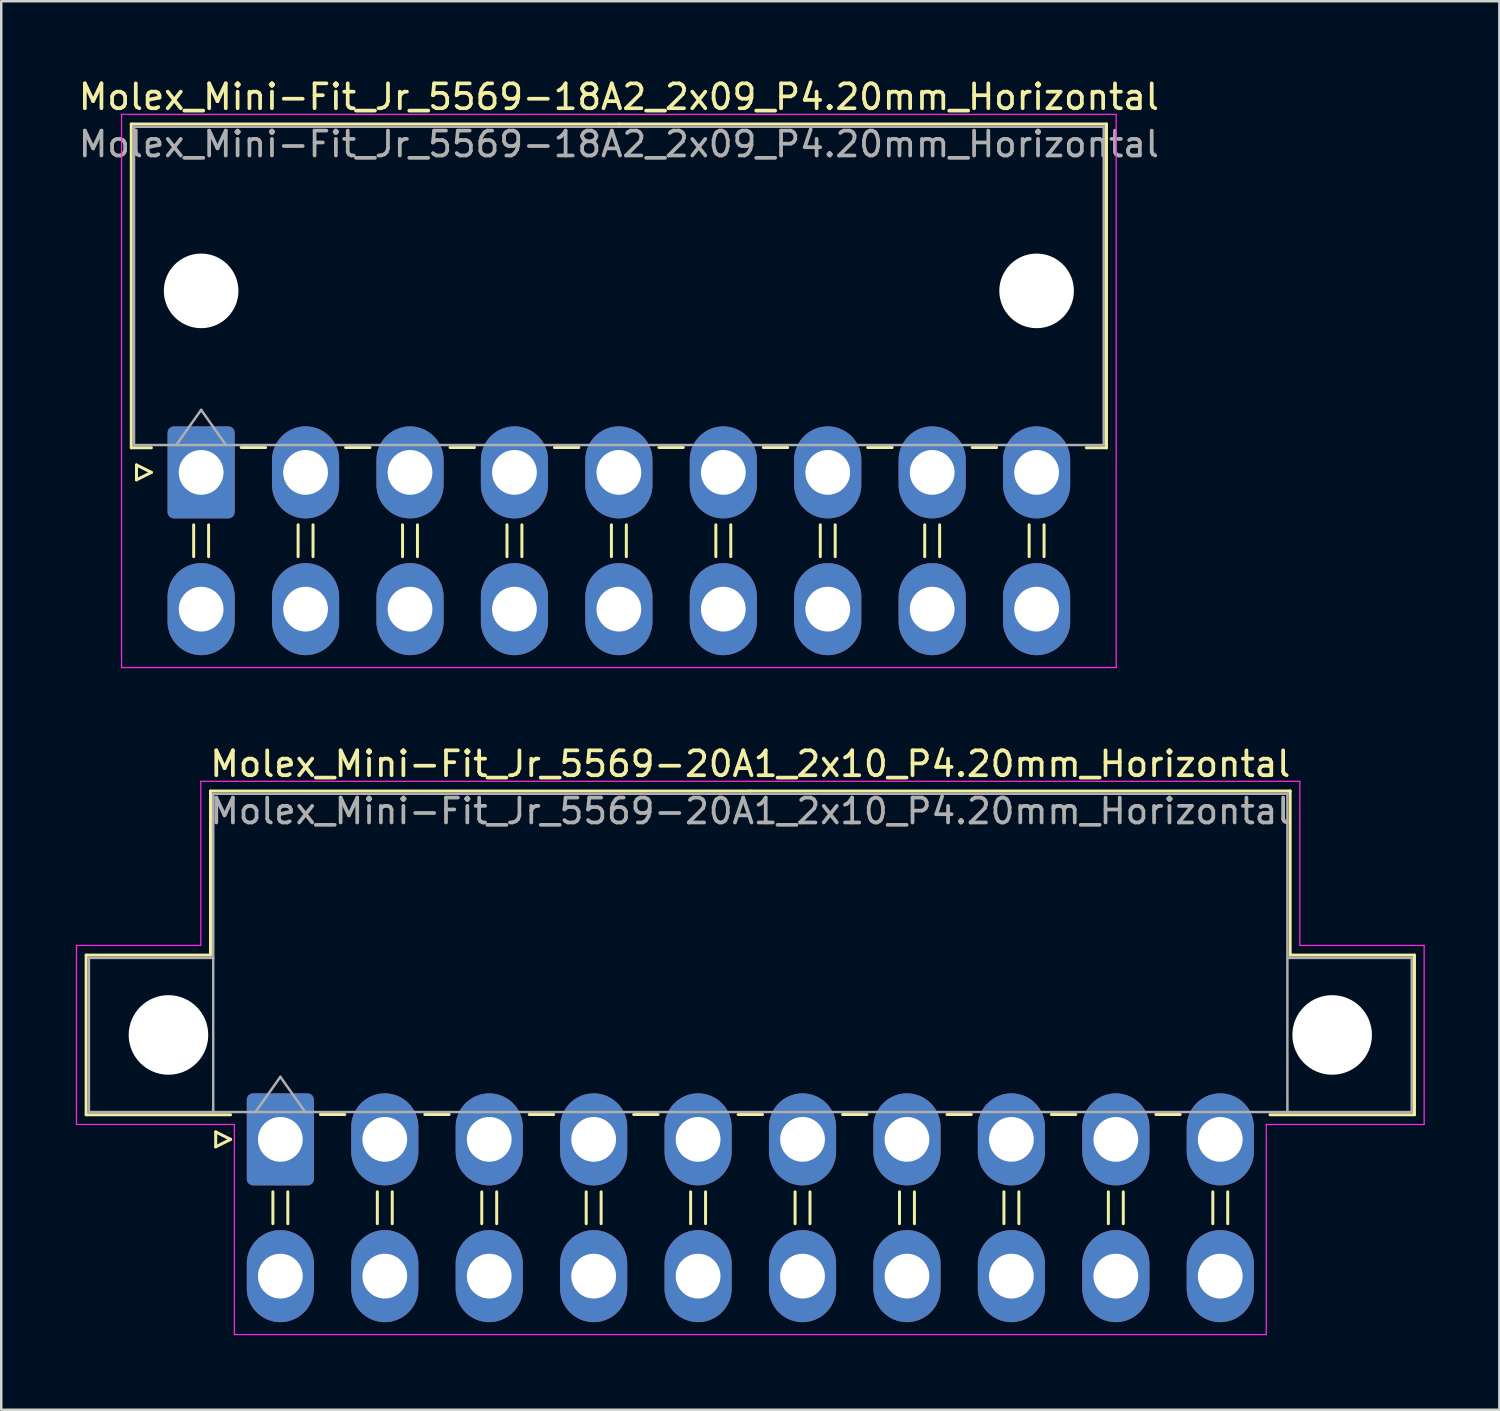
<source format=kicad_pcb>
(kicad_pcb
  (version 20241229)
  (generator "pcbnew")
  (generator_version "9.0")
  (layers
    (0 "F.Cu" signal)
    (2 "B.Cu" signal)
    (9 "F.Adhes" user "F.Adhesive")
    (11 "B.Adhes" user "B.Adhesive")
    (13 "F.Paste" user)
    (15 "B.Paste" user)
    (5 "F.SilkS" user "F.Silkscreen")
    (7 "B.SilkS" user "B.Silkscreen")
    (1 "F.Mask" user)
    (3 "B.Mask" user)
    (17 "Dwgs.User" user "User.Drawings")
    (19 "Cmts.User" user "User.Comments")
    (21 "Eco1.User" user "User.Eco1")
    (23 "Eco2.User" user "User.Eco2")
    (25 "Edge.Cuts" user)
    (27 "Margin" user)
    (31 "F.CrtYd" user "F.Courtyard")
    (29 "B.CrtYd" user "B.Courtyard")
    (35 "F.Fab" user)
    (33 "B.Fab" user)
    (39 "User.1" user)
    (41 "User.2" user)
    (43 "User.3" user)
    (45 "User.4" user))
  (footprint "Molex_Mini-Fit_Jr_5569-20A1_2x10_P4.20mm_Horizontal"
    (layer "F.Cu")
    (at 8.225 42.772)
    (property "Reference" "Molex_Mini-Fit_Jr_5569-20A1_2x10_P4.20mm_Horizontal" (at 18.9 -15.1 0) (layer "F.SilkS") (effects (font (size 1 1) (thickness 0.15))))
    (attr through_hole)
    (fp_line (start -7.81 -7.41) (end -7.81 -0.99) (stroke (width 0.12) (type solid)) (layer "F.SilkS"))
    (fp_line (start -7.81 -0.99) (end -2 -0.99) (stroke (width 0.12) (type solid)) (layer "F.SilkS"))
    (fp_line (start -2.81 -14.01) (end -2.81 -7.41) (stroke (width 0.12) (type solid)) (layer "F.SilkS"))
    (fp_line (start -2.81 -7.41) (end -7.81 -7.41) (stroke (width 0.12) (type solid)) (layer "F.SilkS"))
    (fp_line (start -2.6 -0.3) (end -2 0) (stroke (width 0.12) (type solid)) (layer "F.SilkS"))
    (fp_line (start -2.6 0.3) (end -2.6 -0.3) (stroke (width 0.12) (type solid)) (layer "F.SilkS"))
    (fp_line (start -2 0) (end -2.6 0.3) (stroke (width 0.12) (type solid)) (layer "F.SilkS"))
    (fp_line (start -0.3 2.11) (end -0.3 3.39) (stroke (width 0.12) (type solid)) (layer "F.SilkS"))
    (fp_line (start 0.3 2.11) (end 0.3 3.39) (stroke (width 0.12) (type solid)) (layer "F.SilkS"))
    (fp_line (start 1.61 -1) (end 2.59 -1) (stroke (width 0.12) (type solid)) (layer "F.SilkS"))
    (fp_line (start 3.9 2.11) (end 3.9 3.39) (stroke (width 0.12) (type solid)) (layer "F.SilkS"))
    (fp_line (start 4.5 2.11) (end 4.5 3.39) (stroke (width 0.12) (type solid)) (layer "F.SilkS"))
    (fp_line (start 5.81 -1) (end 6.79 -1) (stroke (width 0.12) (type solid)) (layer "F.SilkS"))
    (fp_line (start 8.1 2.11) (end 8.1 3.39) (stroke (width 0.12) (type solid)) (layer "F.SilkS"))
    (fp_line (start 8.7 2.11) (end 8.7 3.39) (stroke (width 0.12) (type solid)) (layer "F.SilkS"))
    (fp_line (start 10.01 -1) (end 10.99 -1) (stroke (width 0.12) (type solid)) (layer "F.SilkS"))
    (fp_line (start 12.3 2.11) (end 12.3 3.39) (stroke (width 0.12) (type solid)) (layer "F.SilkS"))
    (fp_line (start 12.9 2.11) (end 12.9 3.39) (stroke (width 0.12) (type solid)) (layer "F.SilkS"))
    (fp_line (start 14.21 -1) (end 15.19 -1) (stroke (width 0.12) (type solid)) (layer "F.SilkS"))
    (fp_line (start 16.5 2.11) (end 16.5 3.39) (stroke (width 0.12) (type solid)) (layer "F.SilkS"))
    (fp_line (start 17.1 2.11) (end 17.1 3.39) (stroke (width 0.12) (type solid)) (layer "F.SilkS"))
    (fp_line (start 18.41 -1) (end 19.39 -1) (stroke (width 0.12) (type solid)) (layer "F.SilkS"))
    (fp_line (start 18.9 -14.01) (end -2.81 -14.01) (stroke (width 0.12) (type solid)) (layer "F.SilkS"))
    (fp_line (start 18.9 -14.01) (end 40.61 -14.01) (stroke (width 0.12) (type solid)) (layer "F.SilkS"))
    (fp_line (start 20.7 2.11) (end 20.7 3.39) (stroke (width 0.12) (type solid)) (layer "F.SilkS"))
    (fp_line (start 21.3 2.11) (end 21.3 3.39) (stroke (width 0.12) (type solid)) (layer "F.SilkS"))
    (fp_line (start 22.61 -1) (end 23.59 -1) (stroke (width 0.12) (type solid)) (layer "F.SilkS"))
    (fp_line (start 24.9 2.11) (end 24.9 3.39) (stroke (width 0.12) (type solid)) (layer "F.SilkS"))
    (fp_line (start 25.5 2.11) (end 25.5 3.39) (stroke (width 0.12) (type solid)) (layer "F.SilkS"))
    (fp_line (start 26.81 -1) (end 27.79 -1) (stroke (width 0.12) (type solid)) (layer "F.SilkS"))
    (fp_line (start 29.1 2.11) (end 29.1 3.39) (stroke (width 0.12) (type solid)) (layer "F.SilkS"))
    (fp_line (start 29.7 2.11) (end 29.7 3.39) (stroke (width 0.12) (type solid)) (layer "F.SilkS"))
    (fp_line (start 31.01 -1) (end 31.99 -1) (stroke (width 0.12) (type solid)) (layer "F.SilkS"))
    (fp_line (start 33.3 2.11) (end 33.3 3.39) (stroke (width 0.12) (type solid)) (layer "F.SilkS"))
    (fp_line (start 33.9 2.11) (end 33.9 3.39) (stroke (width 0.12) (type solid)) (layer "F.SilkS"))
    (fp_line (start 35.21 -1) (end 36.19 -1) (stroke (width 0.12) (type solid)) (layer "F.SilkS"))
    (fp_line (start 37.5 2.11) (end 37.5 3.39) (stroke (width 0.12) (type solid)) (layer "F.SilkS"))
    (fp_line (start 38.1 2.11) (end 38.1 3.39) (stroke (width 0.12) (type solid)) (layer "F.SilkS"))
    (fp_line (start 40.61 -14.01) (end 40.61 -7.41) (stroke (width 0.12) (type solid)) (layer "F.SilkS"))
    (fp_line (start 40.61 -7.41) (end 45.61 -7.41) (stroke (width 0.12) (type solid)) (layer "F.SilkS"))
    (fp_line (start 45.61 -7.41) (end 45.61 -0.99) (stroke (width 0.12) (type solid)) (layer "F.SilkS"))
    (fp_line (start 45.61 -0.99) (end 39.8 -0.99) (stroke (width 0.12) (type solid)) (layer "F.SilkS"))
    (fp_line (start -8.2 -7.8) (end -8.2 -0.6) (stroke (width 0.05) (type solid)) (layer "F.CrtYd"))
    (fp_line (start -8.2 -0.6) (end -1.85 -0.6) (stroke (width 0.05) (type solid)) (layer "F.CrtYd"))
    (fp_line (start -3.2 -14.4) (end -3.2 -7.8) (stroke (width 0.05) (type solid)) (layer "F.CrtYd"))
    (fp_line (start -3.2 -7.8) (end -8.2 -7.8) (stroke (width 0.05) (type solid)) (layer "F.CrtYd"))
    (fp_line (start -1.85 -0.6) (end -1.85 7.85) (stroke (width 0.05) (type solid)) (layer "F.CrtYd"))
    (fp_line (start -1.85 7.85) (end 18.9 7.85) (stroke (width 0.05) (type solid)) (layer "F.CrtYd"))
    (fp_line (start 18.9 -14.4) (end -3.2 -14.4) (stroke (width 0.05) (type solid)) (layer "F.CrtYd"))
    (fp_line (start 18.9 -14.4) (end 41 -14.4) (stroke (width 0.05) (type solid)) (layer "F.CrtYd"))
    (fp_line (start 39.65 -0.6) (end 39.65 7.85) (stroke (width 0.05) (type solid)) (layer "F.CrtYd"))
    (fp_line (start 39.65 7.85) (end 18.9 7.85) (stroke (width 0.05) (type solid)) (layer "F.CrtYd"))
    (fp_line (start 41 -14.4) (end 41 -7.8) (stroke (width 0.05) (type solid)) (layer "F.CrtYd"))
    (fp_line (start 41 -7.8) (end 46 -7.8) (stroke (width 0.05) (type solid)) (layer "F.CrtYd"))
    (fp_line (start 46 -7.8) (end 46 -0.6) (stroke (width 0.05) (type solid)) (layer "F.CrtYd"))
    (fp_line (start 46 -0.6) (end 39.65 -0.6) (stroke (width 0.05) (type solid)) (layer "F.CrtYd"))
    (fp_line (start -7.7 -7.3) (end -7.7 -1.1) (stroke (width 0.1) (type solid)) (layer "F.Fab"))
    (fp_line (start -7.7 -1.1) (end -2.7 -1.1) (stroke (width 0.1) (type solid)) (layer "F.Fab"))
    (fp_line (start -2.7 -13.9) (end -2.7 -1.1) (stroke (width 0.1) (type solid)) (layer "F.Fab"))
    (fp_line (start -2.7 -7.3) (end -7.7 -7.3) (stroke (width 0.1) (type solid)) (layer "F.Fab"))
    (fp_line (start -2.7 -1.1) (end 40.5 -1.1) (stroke (width 0.1) (type solid)) (layer "F.Fab"))
    (fp_line (start -1 -1.1) (end 0 -2.514) (stroke (width 0.1) (type solid)) (layer "F.Fab"))
    (fp_line (start 0 -2.514) (end 1 -1.1) (stroke (width 0.1) (type solid)) (layer "F.Fab"))
    (fp_line (start 40.5 -13.9) (end -2.7 -13.9) (stroke (width 0.1) (type solid)) (layer "F.Fab"))
    (fp_line (start 40.5 -7.3) (end 45.5 -7.3) (stroke (width 0.1) (type solid)) (layer "F.Fab"))
    (fp_line (start 40.5 -1.1) (end 40.5 -13.9) (stroke (width 0.1) (type solid)) (layer "F.Fab"))
    (fp_line (start 45.5 -7.3) (end 45.5 -1.1) (stroke (width 0.1) (type solid)) (layer "F.Fab"))
    (fp_line (start 45.5 -1.1) (end 40.5 -1.1) (stroke (width 0.1) (type solid)) (layer "F.Fab"))
    (fp_text user "${REFERENCE}" (at 18.9 -13.2 0) (layer "F.Fab") (effects (font (size 1 1) (thickness 0.15))))
    (pad "" np_thru_hole circle (at -4.5 -4.2) (size 3.2 3.2) (drill 3.2) (layers "*.Cu" "*.Mask"))
    (pad "" np_thru_hole circle (at 42.3 -4.2) (size 3.2 3.2) (drill 3.2) (layers "*.Cu" "*.Mask"))
    (pad "1" thru_hole roundrect (at 0 0) (size 2.7 3.7) (drill 1.8) (layers "*.Cu" "*.Mask") (roundrect_rratio 0.093))
    (pad "2" thru_hole oval (at 4.2 0) (size 2.7 3.7) (drill 1.8) (layers "*.Cu" "*.Mask"))
    (pad "3" thru_hole oval (at 8.4 0) (size 2.7 3.7) (drill 1.8) (layers "*.Cu" "*.Mask"))
    (pad "4" thru_hole oval (at 12.6 0) (size 2.7 3.7) (drill 1.8) (layers "*.Cu" "*.Mask"))
    (pad "5" thru_hole oval (at 16.8 0) (size 2.7 3.7) (drill 1.8) (layers "*.Cu" "*.Mask"))
    (pad "6" thru_hole oval (at 21 0) (size 2.7 3.7) (drill 1.8) (layers "*.Cu" "*.Mask"))
    (pad "7" thru_hole oval (at 25.2 0) (size 2.7 3.7) (drill 1.8) (layers "*.Cu" "*.Mask"))
    (pad "8" thru_hole oval (at 29.4 0) (size 2.7 3.7) (drill 1.8) (layers "*.Cu" "*.Mask"))
    (pad "9" thru_hole oval (at 33.6 0) (size 2.7 3.7) (drill 1.8) (layers "*.Cu" "*.Mask"))
    (pad "10" thru_hole oval (at 37.8 0) (size 2.7 3.7) (drill 1.8) (layers "*.Cu" "*.Mask"))
    (pad "11" thru_hole oval (at 0 5.5) (size 2.7 3.7) (drill 1.8) (layers "*.Cu" "*.Mask"))
    (pad "12" thru_hole oval (at 4.2 5.5) (size 2.7 3.7) (drill 1.8) (layers "*.Cu" "*.Mask"))
    (pad "13" thru_hole oval (at 8.4 5.5) (size 2.7 3.7) (drill 1.8) (layers "*.Cu" "*.Mask"))
    (pad "14" thru_hole oval (at 12.6 5.5) (size 2.7 3.7) (drill 1.8) (layers "*.Cu" "*.Mask"))
    (pad "15" thru_hole oval (at 16.8 5.5) (size 2.7 3.7) (drill 1.8) (layers "*.Cu" "*.Mask"))
    (pad "16" thru_hole oval (at 21 5.5) (size 2.7 3.7) (drill 1.8) (layers "*.Cu" "*.Mask"))
    (pad "17" thru_hole oval (at 25.2 5.5) (size 2.7 3.7) (drill 1.8) (layers "*.Cu" "*.Mask"))
    (pad "18" thru_hole oval (at 29.4 5.5) (size 2.7 3.7) (drill 1.8) (layers "*.Cu" "*.Mask"))
    (pad "19" thru_hole oval (at 33.6 5.5) (size 2.7 3.7) (drill 1.8) (layers "*.Cu" "*.Mask"))
    (pad "20" thru_hole oval (at 37.8 5.5) (size 2.7 3.7) (drill 1.8) (layers "*.Cu" "*.Mask")))
  (footprint "Molex_Mini-Fit_Jr_5569-18A2_2x09_P4.20mm_Horizontal"
    (layer "F.Cu")
    (at 5.039 15.948)
    (property "Reference" "Molex_Mini-Fit_Jr_5569-18A2_2x09_P4.20mm_Horizontal" (at 16.8 -15.1 0) (layer "F.SilkS") (effects (font (size 1 1) (thickness 0.15))))
    (attr through_hole)
    (fp_line (start -2.81 -14.01) (end 16.8 -14.01) (stroke (width 0.12) (type solid)) (layer "F.SilkS"))
    (fp_line (start -2.81 -0.99) (end -2.81 -14.01) (stroke (width 0.12) (type solid)) (layer "F.SilkS"))
    (fp_line (start -2.6 -0.3) (end -2 0) (stroke (width 0.12) (type solid)) (layer "F.SilkS"))
    (fp_line (start -2.6 0.3) (end -2.6 -0.3) (stroke (width 0.12) (type solid)) (layer "F.SilkS"))
    (fp_line (start -2 -0.99) (end -2.81 -0.99) (stroke (width 0.12) (type solid)) (layer "F.SilkS"))
    (fp_line (start -2 0) (end -2.6 0.3) (stroke (width 0.12) (type solid)) (layer "F.SilkS"))
    (fp_line (start -0.3 2.11) (end -0.3 3.39) (stroke (width 0.12) (type solid)) (layer "F.SilkS"))
    (fp_line (start 0.3 2.11) (end 0.3 3.39) (stroke (width 0.12) (type solid)) (layer "F.SilkS"))
    (fp_line (start 1.61 -1) (end 2.59 -1) (stroke (width 0.12) (type solid)) (layer "F.SilkS"))
    (fp_line (start 3.9 2.11) (end 3.9 3.39) (stroke (width 0.12) (type solid)) (layer "F.SilkS"))
    (fp_line (start 4.5 2.11) (end 4.5 3.39) (stroke (width 0.12) (type solid)) (layer "F.SilkS"))
    (fp_line (start 5.81 -1) (end 6.79 -1) (stroke (width 0.12) (type solid)) (layer "F.SilkS"))
    (fp_line (start 8.1 2.11) (end 8.1 3.39) (stroke (width 0.12) (type solid)) (layer "F.SilkS"))
    (fp_line (start 8.7 2.11) (end 8.7 3.39) (stroke (width 0.12) (type solid)) (layer "F.SilkS"))
    (fp_line (start 10.01 -1) (end 10.99 -1) (stroke (width 0.12) (type solid)) (layer "F.SilkS"))
    (fp_line (start 12.3 2.11) (end 12.3 3.39) (stroke (width 0.12) (type solid)) (layer "F.SilkS"))
    (fp_line (start 12.9 2.11) (end 12.9 3.39) (stroke (width 0.12) (type solid)) (layer "F.SilkS"))
    (fp_line (start 14.21 -1) (end 15.19 -1) (stroke (width 0.12) (type solid)) (layer "F.SilkS"))
    (fp_line (start 16.5 2.11) (end 16.5 3.39) (stroke (width 0.12) (type solid)) (layer "F.SilkS"))
    (fp_line (start 17.1 2.11) (end 17.1 3.39) (stroke (width 0.12) (type solid)) (layer "F.SilkS"))
    (fp_line (start 18.41 -1) (end 19.39 -1) (stroke (width 0.12) (type solid)) (layer "F.SilkS"))
    (fp_line (start 20.7 2.11) (end 20.7 3.39) (stroke (width 0.12) (type solid)) (layer "F.SilkS"))
    (fp_line (start 21.3 2.11) (end 21.3 3.39) (stroke (width 0.12) (type solid)) (layer "F.SilkS"))
    (fp_line (start 22.61 -1) (end 23.59 -1) (stroke (width 0.12) (type solid)) (layer "F.SilkS"))
    (fp_line (start 24.9 2.11) (end 24.9 3.39) (stroke (width 0.12) (type solid)) (layer "F.SilkS"))
    (fp_line (start 25.5 2.11) (end 25.5 3.39) (stroke (width 0.12) (type solid)) (layer "F.SilkS"))
    (fp_line (start 26.81 -1) (end 27.79 -1) (stroke (width 0.12) (type solid)) (layer "F.SilkS"))
    (fp_line (start 29.1 2.11) (end 29.1 3.39) (stroke (width 0.12) (type solid)) (layer "F.SilkS"))
    (fp_line (start 29.7 2.11) (end 29.7 3.39) (stroke (width 0.12) (type solid)) (layer "F.SilkS"))
    (fp_line (start 31.01 -1) (end 31.99 -1) (stroke (width 0.12) (type solid)) (layer "F.SilkS"))
    (fp_line (start 33.3 2.11) (end 33.3 3.39) (stroke (width 0.12) (type solid)) (layer "F.SilkS"))
    (fp_line (start 33.9 2.11) (end 33.9 3.39) (stroke (width 0.12) (type solid)) (layer "F.SilkS"))
    (fp_line (start 35.6 -0.99) (end 36.41 -0.99) (stroke (width 0.12) (type solid)) (layer "F.SilkS"))
    (fp_line (start 36.41 -14.01) (end 16.8 -14.01) (stroke (width 0.12) (type solid)) (layer "F.SilkS"))
    (fp_line (start 36.41 -0.99) (end 36.41 -14.01) (stroke (width 0.12) (type solid)) (layer "F.SilkS"))
    (fp_line (start -3.2 -14.4) (end -3.2 7.85) (stroke (width 0.05) (type solid)) (layer "F.CrtYd"))
    (fp_line (start -3.2 7.85) (end 36.8 7.85) (stroke (width 0.05) (type solid)) (layer "F.CrtYd"))
    (fp_line (start 36.8 -14.4) (end -3.2 -14.4) (stroke (width 0.05) (type solid)) (layer "F.CrtYd"))
    (fp_line (start 36.8 7.85) (end 36.8 -14.4) (stroke (width 0.05) (type solid)) (layer "F.CrtYd"))
    (fp_line (start -2.7 -13.9) (end -2.7 -1.1) (stroke (width 0.1) (type solid)) (layer "F.Fab"))
    (fp_line (start -2.7 -1.1) (end 36.3 -1.1) (stroke (width 0.1) (type solid)) (layer "F.Fab"))
    (fp_line (start -1 -1.1) (end 0 -2.514) (stroke (width 0.1) (type solid)) (layer "F.Fab"))
    (fp_line (start 0 -2.514) (end 1 -1.1) (stroke (width 0.1) (type solid)) (layer "F.Fab"))
    (fp_line (start 36.3 -13.9) (end -2.7 -13.9) (stroke (width 0.1) (type solid)) (layer "F.Fab"))
    (fp_line (start 36.3 -1.1) (end 36.3 -13.9) (stroke (width 0.1) (type solid)) (layer "F.Fab"))
    (fp_text user "${REFERENCE}" (at 16.8 -13.2 0) (layer "F.Fab") (effects (font (size 1 1) (thickness 0.15))))
    (pad "" np_thru_hole circle (at 0 -7.3) (size 3 3) (drill 3) (layers "*.Cu" "*.Mask"))
    (pad "" np_thru_hole circle (at 33.6 -7.3) (size 3 3) (drill 3) (layers "*.Cu" "*.Mask"))
    (pad "1" thru_hole roundrect (at 0 0) (size 2.7 3.7) (drill 1.8) (layers "*.Cu" "*.Mask") (roundrect_rratio 0.093))
    (pad "2" thru_hole oval (at 4.2 0) (size 2.7 3.7) (drill 1.8) (layers "*.Cu" "*.Mask"))
    (pad "3" thru_hole oval (at 8.4 0) (size 2.7 3.7) (drill 1.8) (layers "*.Cu" "*.Mask"))
    (pad "4" thru_hole oval (at 12.6 0) (size 2.7 3.7) (drill 1.8) (layers "*.Cu" "*.Mask"))
    (pad "5" thru_hole oval (at 16.8 0) (size 2.7 3.7) (drill 1.8) (layers "*.Cu" "*.Mask"))
    (pad "6" thru_hole oval (at 21 0) (size 2.7 3.7) (drill 1.8) (layers "*.Cu" "*.Mask"))
    (pad "7" thru_hole oval (at 25.2 0) (size 2.7 3.7) (drill 1.8) (layers "*.Cu" "*.Mask"))
    (pad "8" thru_hole oval (at 29.4 0) (size 2.7 3.7) (drill 1.8) (layers "*.Cu" "*.Mask"))
    (pad "9" thru_hole oval (at 33.6 0) (size 2.7 3.7) (drill 1.8) (layers "*.Cu" "*.Mask"))
    (pad "10" thru_hole oval (at 0 5.5) (size 2.7 3.7) (drill 1.8) (layers "*.Cu" "*.Mask"))
    (pad "11" thru_hole oval (at 4.2 5.5) (size 2.7 3.7) (drill 1.8) (layers "*.Cu" "*.Mask"))
    (pad "12" thru_hole oval (at 8.4 5.5) (size 2.7 3.7) (drill 1.8) (layers "*.Cu" "*.Mask"))
    (pad "13" thru_hole oval (at 12.6 5.5) (size 2.7 3.7) (drill 1.8) (layers "*.Cu" "*.Mask"))
    (pad "14" thru_hole oval (at 16.8 5.5) (size 2.7 3.7) (drill 1.8) (layers "*.Cu" "*.Mask"))
    (pad "15" thru_hole oval (at 21 5.5) (size 2.7 3.7) (drill 1.8) (layers "*.Cu" "*.Mask"))
    (pad "16" thru_hole oval (at 25.2 5.5) (size 2.7 3.7) (drill 1.8) (layers "*.Cu" "*.Mask"))
    (pad "17" thru_hole oval (at 29.4 5.5) (size 2.7 3.7) (drill 1.8) (layers "*.Cu" "*.Mask"))
    (pad "18" thru_hole oval (at 33.6 5.5) (size 2.7 3.7) (drill 1.8) (layers "*.Cu" "*.Mask")))
  (gr_rect
    (start -3 -3)
    (end 57.25 53.647)
    (stroke (width 0.1) (type default))
    (fill no)
    (layer "Edge.Cuts")))
</source>
